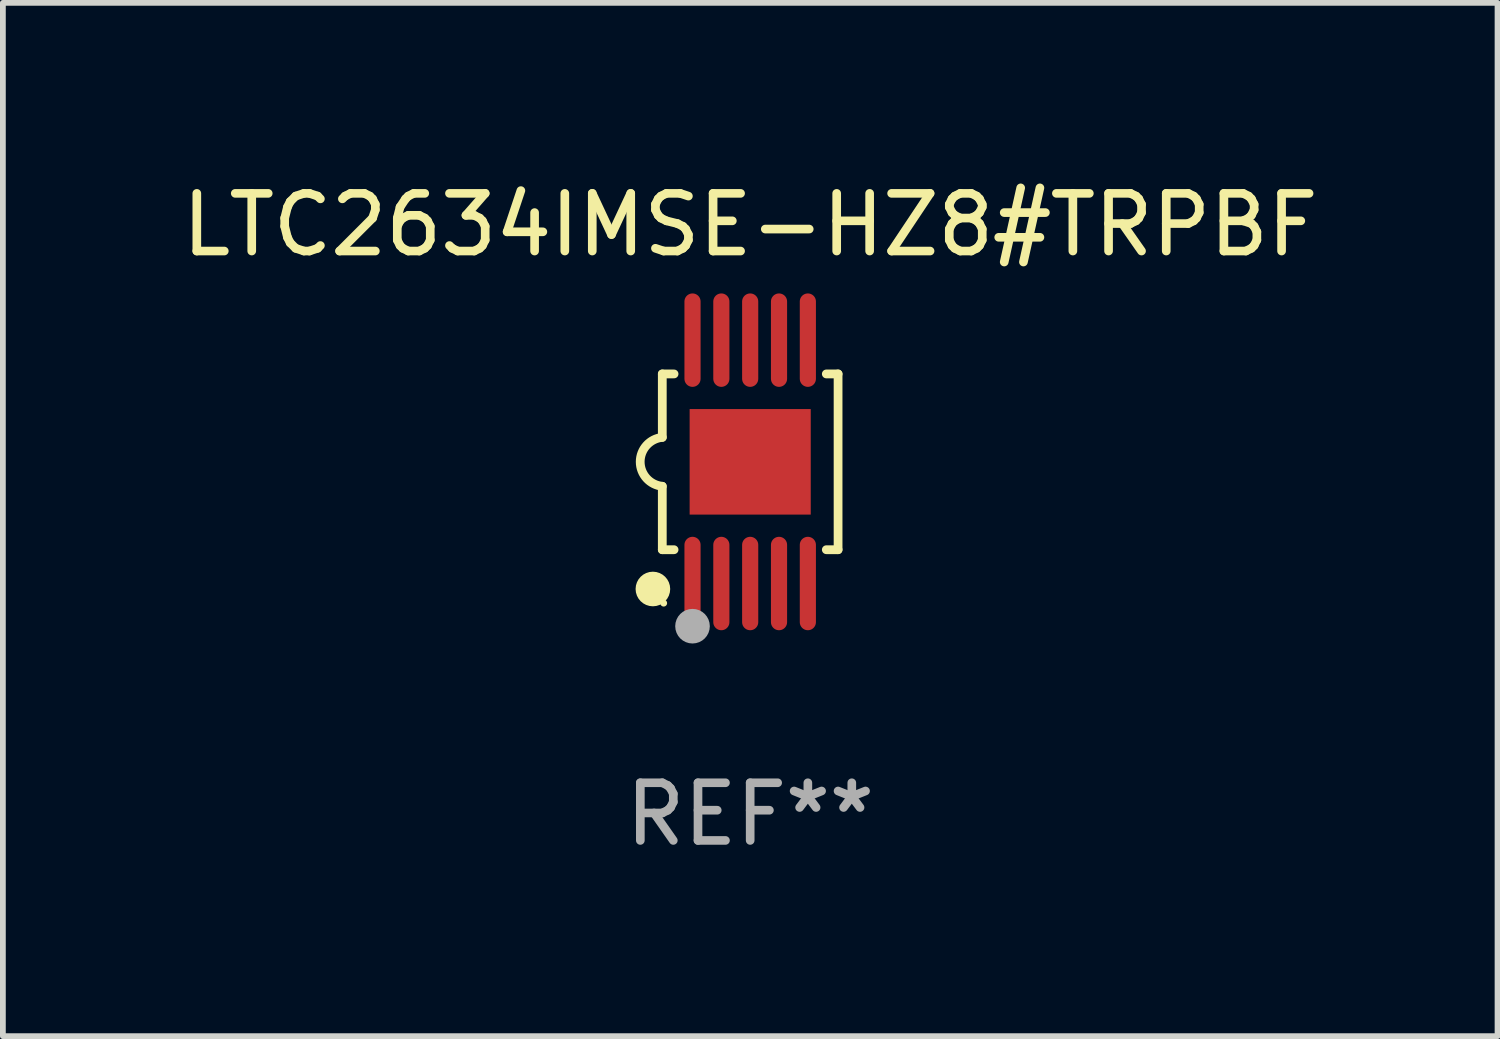
<source format=kicad_pcb>
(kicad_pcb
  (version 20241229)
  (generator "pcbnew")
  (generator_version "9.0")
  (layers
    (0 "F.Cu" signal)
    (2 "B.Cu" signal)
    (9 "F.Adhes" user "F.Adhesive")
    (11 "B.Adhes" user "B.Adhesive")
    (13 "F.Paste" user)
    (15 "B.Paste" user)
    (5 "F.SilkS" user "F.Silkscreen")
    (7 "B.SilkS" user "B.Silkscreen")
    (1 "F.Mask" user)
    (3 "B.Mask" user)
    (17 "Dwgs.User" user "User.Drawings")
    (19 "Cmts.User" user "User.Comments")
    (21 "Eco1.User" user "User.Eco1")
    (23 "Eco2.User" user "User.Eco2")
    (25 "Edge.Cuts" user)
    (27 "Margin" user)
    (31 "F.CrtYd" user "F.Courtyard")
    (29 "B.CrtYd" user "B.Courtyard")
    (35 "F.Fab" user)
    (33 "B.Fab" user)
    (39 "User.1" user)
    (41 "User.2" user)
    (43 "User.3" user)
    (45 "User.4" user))
  (footprint "LTC2634IMSE-HZ8#TRPBF"
    (layer "F.Cu")
    (at 9.958 4.958)
    (property "Reference" "LTC2634IMSE-HZ8#TRPBF" (at 0 -4.11 0) (layer "F.SilkS") (effects (font (size 1 1) (thickness 0.15))))
    (attr through_hole)
    (fp_line (start -1.524 -1.524) (end -1.524 -0.424) (stroke (width 0.152) (type solid)) (layer "F.SilkS"))
    (fp_line (start -1.524 1.524) (end -1.524 0.424) (stroke (width 0.152) (type solid)) (layer "F.SilkS"))
    (fp_line (start -1.524 1.524) (end -1.32 1.524) (stroke (width 0.152) (type solid)) (layer "F.SilkS"))
    (fp_line (start -1.32 -1.524) (end -1.524 -1.524) (stroke (width 0.152) (type solid)) (layer "F.SilkS"))
    (fp_line (start 1.32 1.524) (end 1.524 1.524) (stroke (width 0.152) (type solid)) (layer "F.SilkS"))
    (fp_line (start 1.524 -1.524) (end 1.32 -1.524) (stroke (width 0.152) (type solid)) (layer "F.SilkS"))
    (fp_line (start 1.524 1.524) (end 1.524 -1.524) (stroke (width 0.152) (type solid)) (layer "F.SilkS"))
    (fp_arc (start -1.524003 0.424003) (mid -1.906663 -0.000089) (end -1.524004 -0.424181) (stroke (width 0.151994) (type solid)) (layer "F.SilkS"))
    (fp_circle (center -1.687 2.205) (end -1.537 2.205) (stroke (width 0.3) (type solid)) (fill no) (layer "F.SilkS"))
    (fp_circle (center -1.5 2.45) (end -1.47 2.45) (stroke (width 0.06) (type solid)) (fill no) (layer "F.SilkS"))
    (fp_circle (center -1 2.85) (end -0.85 2.85) (stroke (width 0.3) (type solid)) (fill no) (layer "F.Fab"))
    (fp_text user "REF**" (at 0 6.11 0) (layer "F.Fab") (effects (font (size 1 1) (thickness 0.15))))
    (pad "1" smd oval (at -1 2.11) (size 0.28 1.62) (layers "F.Cu" "F.Mask" "F.Paste"))
    (pad "2" smd oval (at -0.5 2.11) (size 0.28 1.62) (layers "F.Cu" "F.Mask" "F.Paste"))
    (pad "3" smd oval (at 0 2.11) (size 0.28 1.62) (layers "F.Cu" "F.Mask" "F.Paste"))
    (pad "4" smd oval (at 0.5 2.11) (size 0.28 1.62) (layers "F.Cu" "F.Mask" "F.Paste"))
    (pad "5" smd oval (at 1 2.11) (size 0.28 1.62) (layers "F.Cu" "F.Mask" "F.Paste"))
    (pad "6" smd oval (at 1 -2.11) (size 0.28 1.62) (layers "F.Cu" "F.Mask" "F.Paste"))
    (pad "7" smd oval (at 0.5 -2.11) (size 0.28 1.62) (layers "F.Cu" "F.Mask" "F.Paste"))
    (pad "8" smd oval (at 0 -2.11) (size 0.28 1.62) (layers "F.Cu" "F.Mask" "F.Paste"))
    (pad "9" smd oval (at -0.5 -2.11) (size 0.28 1.62) (layers "F.Cu" "F.Mask" "F.Paste"))
    (pad "10" smd oval (at -1 -2.11) (size 0.28 1.62) (layers "F.Cu" "F.Mask" "F.Paste"))
    (pad "11" smd rect (at 0 0) (size 2.1 1.83) (layers "F.Cu" "F.Mask" "F.Paste")))
  (gr_rect
    (start -3 -3)
    (end 22.917 14.916)
    (stroke (width 0.1) (type default))
    (fill no)
    (layer "Edge.Cuts")))
</source>
